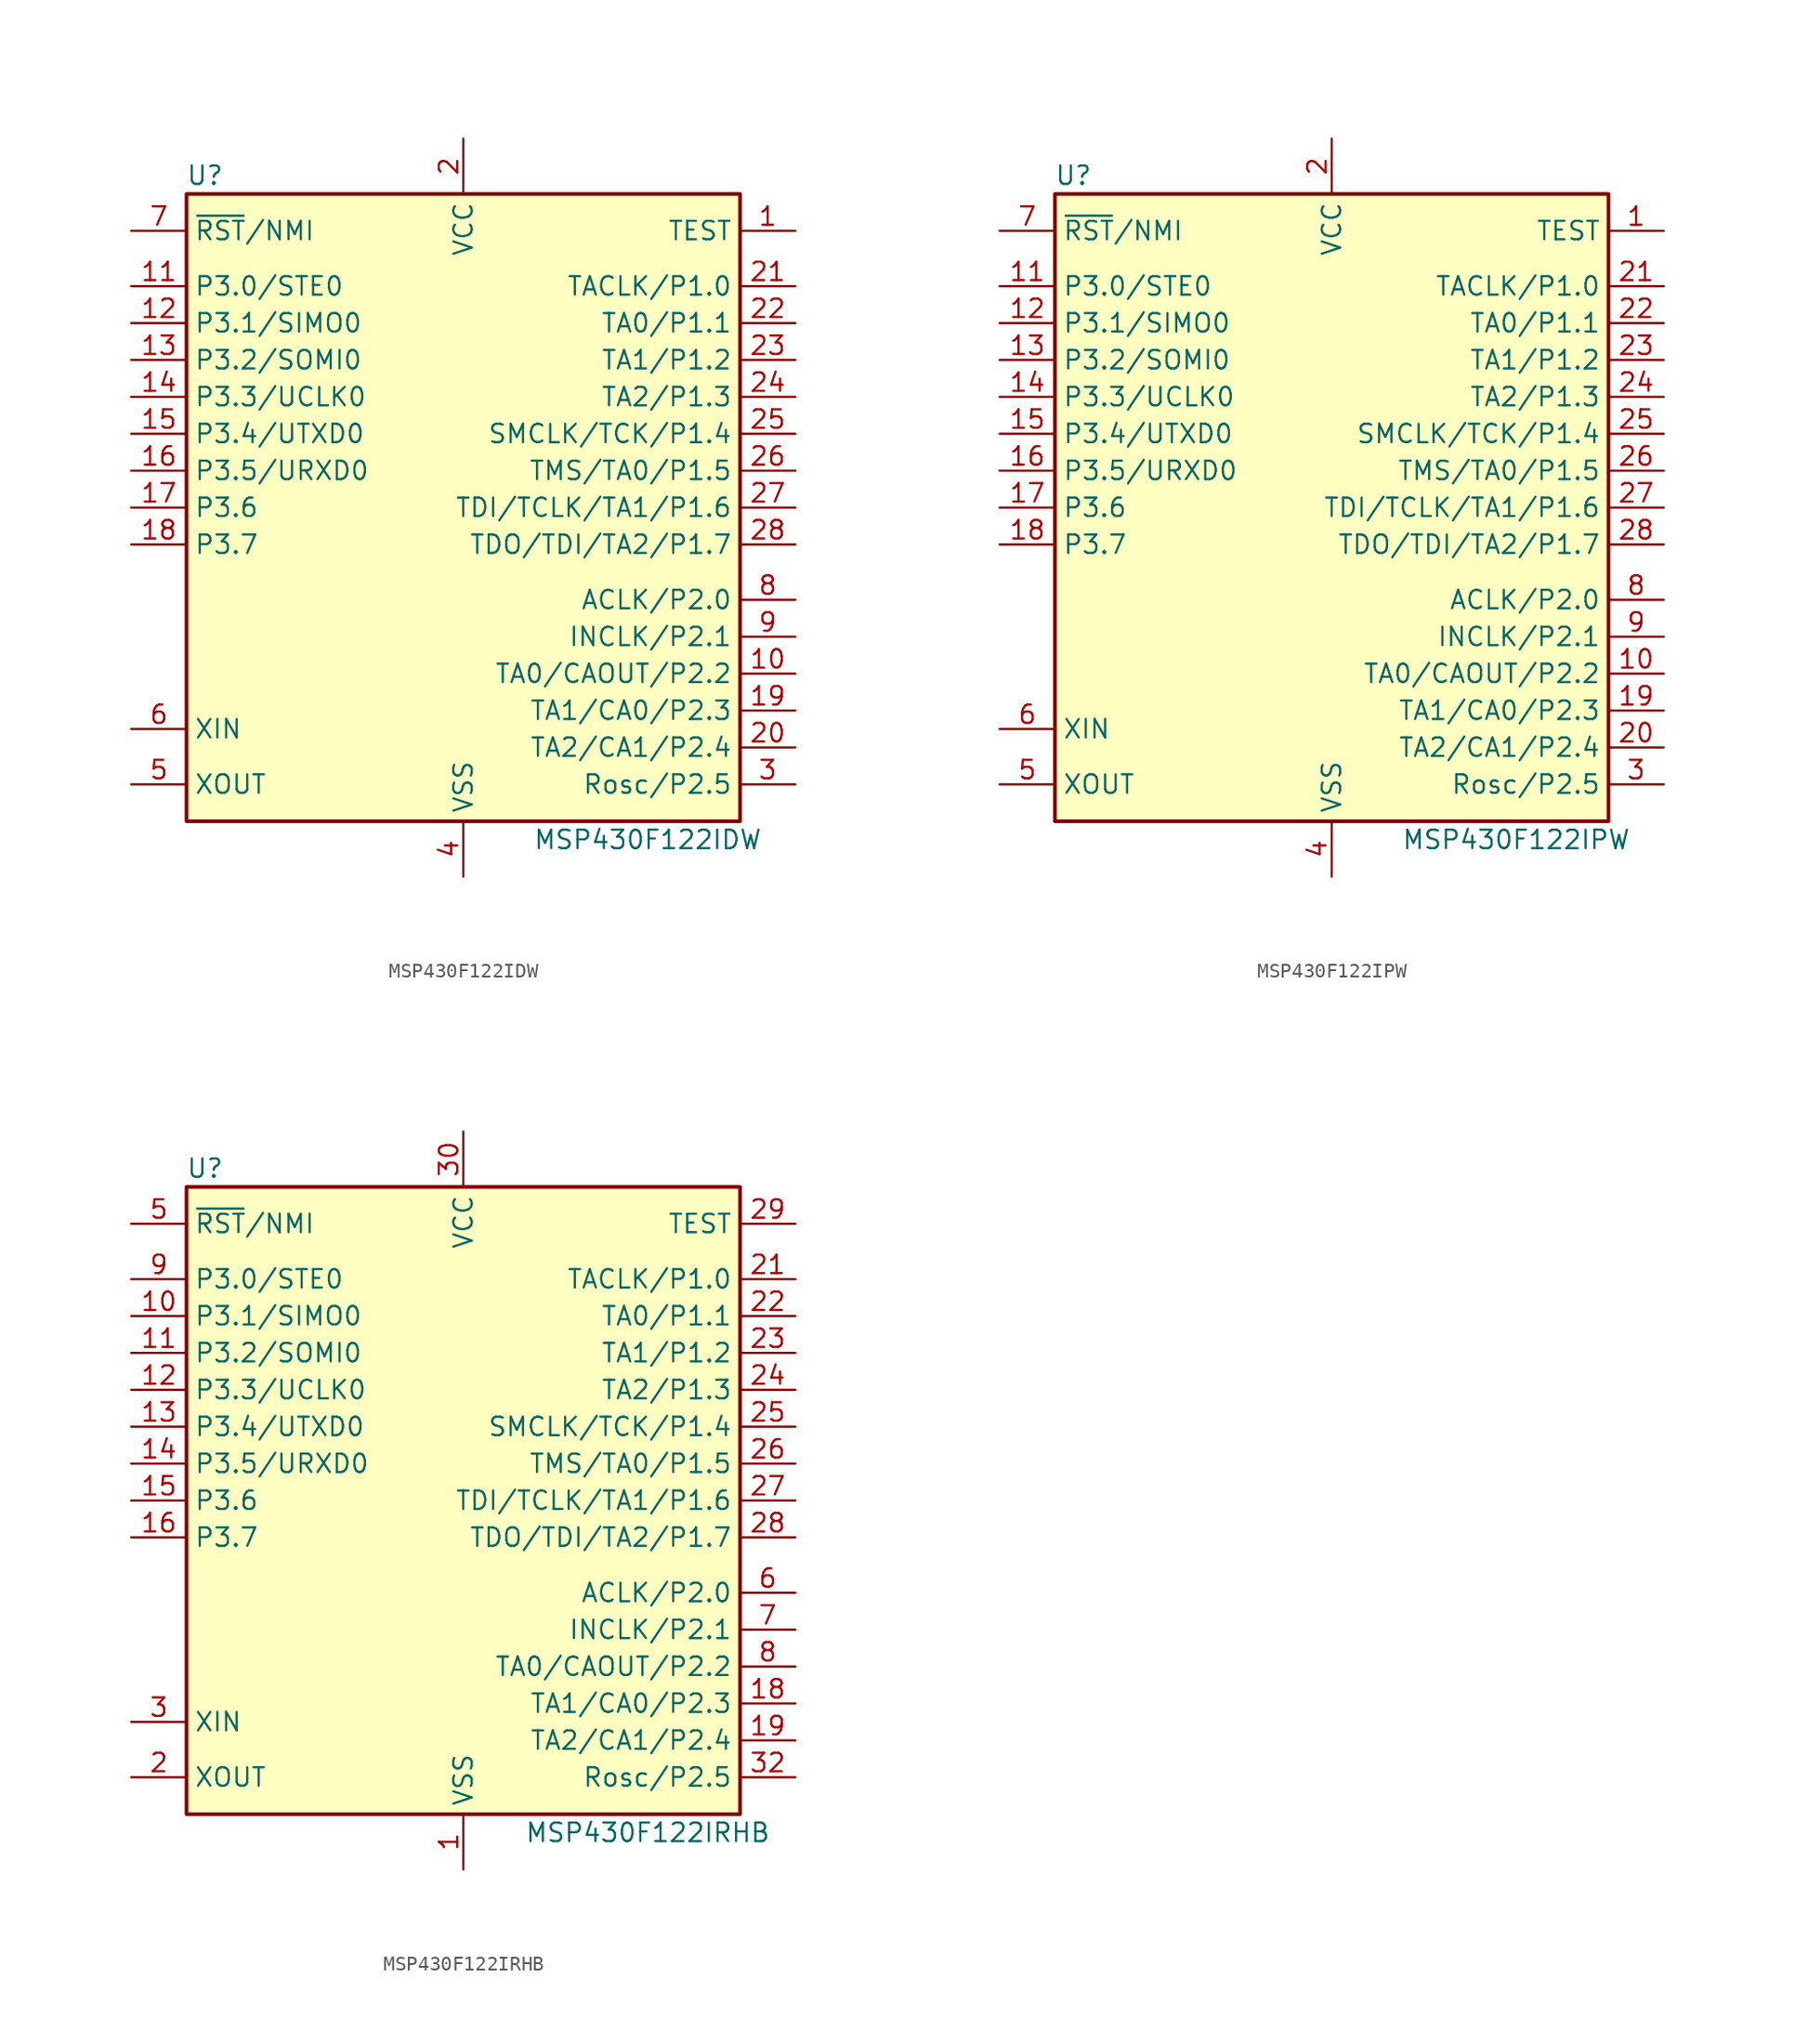
<source format=kicad_sym>
(kicad_symbol_lib
  (version 20241209)
  (generator "kicad_symbol_editor")
  (generator_version "9.0")
  (symbol "MSP430F122IDW"
    (property "Reference" "U"
      (at -17.78 22.86 0)
      (effects (font (size 1.27 1.27))))
    (property "Value" "MSP430F122IDW"
      (at 12.7 -22.86 0)
      (effects (font (size 1.27 1.27))))
    (symbol "MSP430F122IDW_0_1"
      (rectangle (start -19.05 21.59) (end 19.05 -21.59) (stroke (width 0.254) (type default)) (fill (type background))))
    (symbol "MSP430F122IDW_1_1"
      (pin input line (at -22.86 19.05 0) (length 3.81) (name "~{RST}/NMI" (effects (font (size 1.27 1.27)))) (number "7" (effects (font (size 1.27 1.27)))))
      (pin bidirectional line (at -22.86 15.24 0) (length 3.81) (name "P3.0/STE0" (effects (font (size 1.27 1.27)))) (number "11" (effects (font (size 1.27 1.27)))))
      (pin bidirectional line (at -22.86 12.7 0) (length 3.81) (name "P3.1/SIMO0" (effects (font (size 1.27 1.27)))) (number "12" (effects (font (size 1.27 1.27)))))
      (pin bidirectional line (at -22.86 10.16 0) (length 3.81) (name "P3.2/SOMI0" (effects (font (size 1.27 1.27)))) (number "13" (effects (font (size 1.27 1.27)))))
      (pin bidirectional line (at -22.86 7.62 0) (length 3.81) (name "P3.3/UCLK0" (effects (font (size 1.27 1.27)))) (number "14" (effects (font (size 1.27 1.27)))))
      (pin bidirectional line (at -22.86 5.08 0) (length 3.81) (name "P3.4/UTXD0" (effects (font (size 1.27 1.27)))) (number "15" (effects (font (size 1.27 1.27)))))
      (pin bidirectional line (at -22.86 2.54 0) (length 3.81) (name "P3.5/URXD0" (effects (font (size 1.27 1.27)))) (number "16" (effects (font (size 1.27 1.27)))))
      (pin bidirectional line (at -22.86 0 0) (length 3.81) (name "P3.6" (effects (font (size 1.27 1.27)))) (number "17" (effects (font (size 1.27 1.27)))))
      (pin bidirectional line (at -22.86 -2.54 0) (length 3.81) (name "P3.7" (effects (font (size 1.27 1.27)))) (number "18" (effects (font (size 1.27 1.27)))))
      (pin input line (at -22.86 -15.24 0) (length 3.81) (name "XIN" (effects (font (size 1.27 1.27)))) (number "6" (effects (font (size 1.27 1.27)))))
      (pin output line (at -22.86 -19.05 0) (length 3.81) (name "XOUT" (effects (font (size 1.27 1.27)))) (number "5" (effects (font (size 1.27 1.27)))))
      (pin power_in line (at 0 25.4 270) (length 3.81) (name "VCC" (effects (font (size 1.27 1.27)))) (number "2" (effects (font (size 1.27 1.27)))))
      (pin power_in line (at 0 -25.4 90) (length 3.81) (name "VSS" (effects (font (size 1.27 1.27)))) (number "4" (effects (font (size 1.27 1.27)))))
      (pin input line (at 22.86 19.05 180) (length 3.81) (name "TEST" (effects (font (size 1.27 1.27)))) (number "1" (effects (font (size 1.27 1.27)))))
      (pin bidirectional line (at 22.86 15.24 180) (length 3.81) (name "TACLK/P1.0" (effects (font (size 1.27 1.27)))) (number "21" (effects (font (size 1.27 1.27)))))
      (pin bidirectional line (at 22.86 12.7 180) (length 3.81) (name "TA0/P1.1" (effects (font (size 1.27 1.27)))) (number "22" (effects (font (size 1.27 1.27)))))
      (pin bidirectional line (at 22.86 10.16 180) (length 3.81) (name "TA1/P1.2" (effects (font (size 1.27 1.27)))) (number "23" (effects (font (size 1.27 1.27)))))
      (pin bidirectional line (at 22.86 7.62 180) (length 3.81) (name "TA2/P1.3" (effects (font (size 1.27 1.27)))) (number "24" (effects (font (size 1.27 1.27)))))
      (pin bidirectional line (at 22.86 5.08 180) (length 3.81) (name "SMCLK/TCK/P1.4" (effects (font (size 1.27 1.27)))) (number "25" (effects (font (size 1.27 1.27)))))
      (pin bidirectional line (at 22.86 2.54 180) (length 3.81) (name "TMS/TA0/P1.5" (effects (font (size 1.27 1.27)))) (number "26" (effects (font (size 1.27 1.27)))))
      (pin bidirectional line (at 22.86 0 180) (length 3.81) (name "TDI/TCLK/TA1/P1.6" (effects (font (size 1.27 1.27)))) (number "27" (effects (font (size 1.27 1.27)))))
      (pin bidirectional line (at 22.86 -2.54 180) (length 3.81) (name "TDO/TDI/TA2/P1.7" (effects (font (size 1.27 1.27)))) (number "28" (effects (font (size 1.27 1.27)))))
      (pin bidirectional line (at 22.86 -6.35 180) (length 3.81) (name "ACLK/P2.0" (effects (font (size 1.27 1.27)))) (number "8" (effects (font (size 1.27 1.27)))))
      (pin bidirectional line (at 22.86 -8.89 180) (length 3.81) (name "INCLK/P2.1" (effects (font (size 1.27 1.27)))) (number "9" (effects (font (size 1.27 1.27)))))
      (pin bidirectional line (at 22.86 -11.43 180) (length 3.81) (name "TA0/CAOUT/P2.2" (effects (font (size 1.27 1.27)))) (number "10" (effects (font (size 1.27 1.27)))))
      (pin bidirectional line (at 22.86 -13.97 180) (length 3.81) (name "TA1/CA0/P2.3" (effects (font (size 1.27 1.27)))) (number "19" (effects (font (size 1.27 1.27)))))
      (pin bidirectional line (at 22.86 -16.51 180) (length 3.81) (name "TA2/CA1/P2.4" (effects (font (size 1.27 1.27)))) (number "20" (effects (font (size 1.27 1.27)))))
      (pin bidirectional line (at 22.86 -19.05 180) (length 3.81) (name "Rosc/P2.5" (effects (font (size 1.27 1.27)))) (number "3" (effects (font (size 1.27 1.27)))))))
  (symbol "MSP430F122IPW"
    (property "Reference" "U"
      (at -17.78 22.86 0)
      (effects (font (size 1.27 1.27))))
    (property "Value" "MSP430F122IPW"
      (at 12.7 -22.86 0)
      (effects (font (size 1.27 1.27))))
    (symbol "MSP430F122IPW_0_1"
      (rectangle (start -19.05 21.59) (end 19.05 -21.59) (stroke (width 0.254) (type default)) (fill (type background))))
    (symbol "MSP430F122IPW_1_1"
      (pin input line (at -22.86 19.05 0) (length 3.81) (name "~{RST}/NMI" (effects (font (size 1.27 1.27)))) (number "7" (effects (font (size 1.27 1.27)))))
      (pin bidirectional line (at -22.86 15.24 0) (length 3.81) (name "P3.0/STE0" (effects (font (size 1.27 1.27)))) (number "11" (effects (font (size 1.27 1.27)))))
      (pin bidirectional line (at -22.86 12.7 0) (length 3.81) (name "P3.1/SIMO0" (effects (font (size 1.27 1.27)))) (number "12" (effects (font (size 1.27 1.27)))))
      (pin bidirectional line (at -22.86 10.16 0) (length 3.81) (name "P3.2/SOMI0" (effects (font (size 1.27 1.27)))) (number "13" (effects (font (size 1.27 1.27)))))
      (pin bidirectional line (at -22.86 7.62 0) (length 3.81) (name "P3.3/UCLK0" (effects (font (size 1.27 1.27)))) (number "14" (effects (font (size 1.27 1.27)))))
      (pin bidirectional line (at -22.86 5.08 0) (length 3.81) (name "P3.4/UTXD0" (effects (font (size 1.27 1.27)))) (number "15" (effects (font (size 1.27 1.27)))))
      (pin bidirectional line (at -22.86 2.54 0) (length 3.81) (name "P3.5/URXD0" (effects (font (size 1.27 1.27)))) (number "16" (effects (font (size 1.27 1.27)))))
      (pin bidirectional line (at -22.86 0 0) (length 3.81) (name "P3.6" (effects (font (size 1.27 1.27)))) (number "17" (effects (font (size 1.27 1.27)))))
      (pin bidirectional line (at -22.86 -2.54 0) (length 3.81) (name "P3.7" (effects (font (size 1.27 1.27)))) (number "18" (effects (font (size 1.27 1.27)))))
      (pin input line (at -22.86 -15.24 0) (length 3.81) (name "XIN" (effects (font (size 1.27 1.27)))) (number "6" (effects (font (size 1.27 1.27)))))
      (pin output line (at -22.86 -19.05 0) (length 3.81) (name "XOUT" (effects (font (size 1.27 1.27)))) (number "5" (effects (font (size 1.27 1.27)))))
      (pin power_in line (at 0 25.4 270) (length 3.81) (name "VCC" (effects (font (size 1.27 1.27)))) (number "2" (effects (font (size 1.27 1.27)))))
      (pin power_in line (at 0 -25.4 90) (length 3.81) (name "VSS" (effects (font (size 1.27 1.27)))) (number "4" (effects (font (size 1.27 1.27)))))
      (pin input line (at 22.86 19.05 180) (length 3.81) (name "TEST" (effects (font (size 1.27 1.27)))) (number "1" (effects (font (size 1.27 1.27)))))
      (pin bidirectional line (at 22.86 15.24 180) (length 3.81) (name "TACLK/P1.0" (effects (font (size 1.27 1.27)))) (number "21" (effects (font (size 1.27 1.27)))))
      (pin bidirectional line (at 22.86 12.7 180) (length 3.81) (name "TA0/P1.1" (effects (font (size 1.27 1.27)))) (number "22" (effects (font (size 1.27 1.27)))))
      (pin bidirectional line (at 22.86 10.16 180) (length 3.81) (name "TA1/P1.2" (effects (font (size 1.27 1.27)))) (number "23" (effects (font (size 1.27 1.27)))))
      (pin bidirectional line (at 22.86 7.62 180) (length 3.81) (name "TA2/P1.3" (effects (font (size 1.27 1.27)))) (number "24" (effects (font (size 1.27 1.27)))))
      (pin bidirectional line (at 22.86 5.08 180) (length 3.81) (name "SMCLK/TCK/P1.4" (effects (font (size 1.27 1.27)))) (number "25" (effects (font (size 1.27 1.27)))))
      (pin bidirectional line (at 22.86 2.54 180) (length 3.81) (name "TMS/TA0/P1.5" (effects (font (size 1.27 1.27)))) (number "26" (effects (font (size 1.27 1.27)))))
      (pin bidirectional line (at 22.86 0 180) (length 3.81) (name "TDI/TCLK/TA1/P1.6" (effects (font (size 1.27 1.27)))) (number "27" (effects (font (size 1.27 1.27)))))
      (pin bidirectional line (at 22.86 -2.54 180) (length 3.81) (name "TDO/TDI/TA2/P1.7" (effects (font (size 1.27 1.27)))) (number "28" (effects (font (size 1.27 1.27)))))
      (pin bidirectional line (at 22.86 -6.35 180) (length 3.81) (name "ACLK/P2.0" (effects (font (size 1.27 1.27)))) (number "8" (effects (font (size 1.27 1.27)))))
      (pin bidirectional line (at 22.86 -8.89 180) (length 3.81) (name "INCLK/P2.1" (effects (font (size 1.27 1.27)))) (number "9" (effects (font (size 1.27 1.27)))))
      (pin bidirectional line (at 22.86 -11.43 180) (length 3.81) (name "TA0/CAOUT/P2.2" (effects (font (size 1.27 1.27)))) (number "10" (effects (font (size 1.27 1.27)))))
      (pin bidirectional line (at 22.86 -13.97 180) (length 3.81) (name "TA1/CA0/P2.3" (effects (font (size 1.27 1.27)))) (number "19" (effects (font (size 1.27 1.27)))))
      (pin bidirectional line (at 22.86 -16.51 180) (length 3.81) (name "TA2/CA1/P2.4" (effects (font (size 1.27 1.27)))) (number "20" (effects (font (size 1.27 1.27)))))
      (pin bidirectional line (at 22.86 -19.05 180) (length 3.81) (name "Rosc/P2.5" (effects (font (size 1.27 1.27)))) (number "3" (effects (font (size 1.27 1.27)))))))
  (symbol "MSP430F122IRHB"
    (property "Reference" "U"
      (at -17.78 22.86 0)
      (effects (font (size 1.27 1.27))))
    (property "Value" "MSP430F122IRHB"
      (at 12.7 -22.86 0)
      (effects (font (size 1.27 1.27))))
    (symbol "MSP430F122IRHB_0_1"
      (rectangle (start -19.05 21.59) (end 19.05 -21.59) (stroke (width 0.254) (type default)) (fill (type background))))
    (symbol "MSP430F122IRHB_1_1"
      (pin input line (at -22.86 19.05 0) (length 3.81) (name "~{RST}/NMI" (effects (font (size 1.27 1.27)))) (number "5" (effects (font (size 1.27 1.27)))))
      (pin bidirectional line (at -22.86 15.24 0) (length 3.81) (name "P3.0/STE0" (effects (font (size 1.27 1.27)))) (number "9" (effects (font (size 1.27 1.27)))))
      (pin bidirectional line (at -22.86 12.7 0) (length 3.81) (name "P3.1/SIMO0" (effects (font (size 1.27 1.27)))) (number "10" (effects (font (size 1.27 1.27)))))
      (pin bidirectional line (at -22.86 10.16 0) (length 3.81) (name "P3.2/SOMI0" (effects (font (size 1.27 1.27)))) (number "11" (effects (font (size 1.27 1.27)))))
      (pin bidirectional line (at -22.86 7.62 0) (length 3.81) (name "P3.3/UCLK0" (effects (font (size 1.27 1.27)))) (number "12" (effects (font (size 1.27 1.27)))))
      (pin bidirectional line (at -22.86 5.08 0) (length 3.81) (name "P3.4/UTXD0" (effects (font (size 1.27 1.27)))) (number "13" (effects (font (size 1.27 1.27)))))
      (pin bidirectional line (at -22.86 2.54 0) (length 3.81) (name "P3.5/URXD0" (effects (font (size 1.27 1.27)))) (number "14" (effects (font (size 1.27 1.27)))))
      (pin bidirectional line (at -22.86 0 0) (length 3.81) (name "P3.6" (effects (font (size 1.27 1.27)))) (number "15" (effects (font (size 1.27 1.27)))))
      (pin bidirectional line (at -22.86 -2.54 0) (length 3.81) (name "P3.7" (effects (font (size 1.27 1.27)))) (number "16" (effects (font (size 1.27 1.27)))))
      (pin input line (at -22.86 -15.24 0) (length 3.81) (name "XIN" (effects (font (size 1.27 1.27)))) (number "3" (effects (font (size 1.27 1.27)))))
      (pin output line (at -22.86 -19.05 0) (length 3.81) (name "XOUT" (effects (font (size 1.27 1.27)))) (number "2" (effects (font (size 1.27 1.27)))))
      (pin power_in line (at 0 25.4 270) (length 3.81) (name "VCC" (effects (font (size 1.27 1.27)))) (number "30" (effects (font (size 1.27 1.27)))))
      (pin power_in line (at 0 -25.4 90) (length 3.81) (name "VSS" (effects (font (size 1.27 1.27)))) (number "1" (effects (font (size 1.27 1.27)))))
      (pin input line (at 22.86 19.05 180) (length 3.81) (name "TEST" (effects (font (size 1.27 1.27)))) (number "29" (effects (font (size 1.27 1.27)))))
      (pin bidirectional line (at 22.86 15.24 180) (length 3.81) (name "TACLK/P1.0" (effects (font (size 1.27 1.27)))) (number "21" (effects (font (size 1.27 1.27)))))
      (pin bidirectional line (at 22.86 12.7 180) (length 3.81) (name "TA0/P1.1" (effects (font (size 1.27 1.27)))) (number "22" (effects (font (size 1.27 1.27)))))
      (pin bidirectional line (at 22.86 10.16 180) (length 3.81) (name "TA1/P1.2" (effects (font (size 1.27 1.27)))) (number "23" (effects (font (size 1.27 1.27)))))
      (pin bidirectional line (at 22.86 7.62 180) (length 3.81) (name "TA2/P1.3" (effects (font (size 1.27 1.27)))) (number "24" (effects (font (size 1.27 1.27)))))
      (pin bidirectional line (at 22.86 5.08 180) (length 3.81) (name "SMCLK/TCK/P1.4" (effects (font (size 1.27 1.27)))) (number "25" (effects (font (size 1.27 1.27)))))
      (pin bidirectional line (at 22.86 2.54 180) (length 3.81) (name "TMS/TA0/P1.5" (effects (font (size 1.27 1.27)))) (number "26" (effects (font (size 1.27 1.27)))))
      (pin bidirectional line (at 22.86 0 180) (length 3.81) (name "TDI/TCLK/TA1/P1.6" (effects (font (size 1.27 1.27)))) (number "27" (effects (font (size 1.27 1.27)))))
      (pin bidirectional line (at 22.86 -2.54 180) (length 3.81) (name "TDO/TDI/TA2/P1.7" (effects (font (size 1.27 1.27)))) (number "28" (effects (font (size 1.27 1.27)))))
      (pin bidirectional line (at 22.86 -6.35 180) (length 3.81) (name "ACLK/P2.0" (effects (font (size 1.27 1.27)))) (number "6" (effects (font (size 1.27 1.27)))))
      (pin bidirectional line (at 22.86 -8.89 180) (length 3.81) (name "INCLK/P2.1" (effects (font (size 1.27 1.27)))) (number "7" (effects (font (size 1.27 1.27)))))
      (pin bidirectional line (at 22.86 -11.43 180) (length 3.81) (name "TA0/CAOUT/P2.2" (effects (font (size 1.27 1.27)))) (number "8" (effects (font (size 1.27 1.27)))))
      (pin bidirectional line (at 22.86 -13.97 180) (length 3.81) (name "TA1/CA0/P2.3" (effects (font (size 1.27 1.27)))) (number "18" (effects (font (size 1.27 1.27)))))
      (pin bidirectional line (at 22.86 -16.51 180) (length 3.81) (name "TA2/CA1/P2.4" (effects (font (size 1.27 1.27)))) (number "19" (effects (font (size 1.27 1.27)))))
      (pin bidirectional line (at 22.86 -19.05 180) (length 3.81) (name "Rosc/P2.5" (effects (font (size 1.27 1.27)))) (number "32" (effects (font (size 1.27 1.27))))))))
</source>
